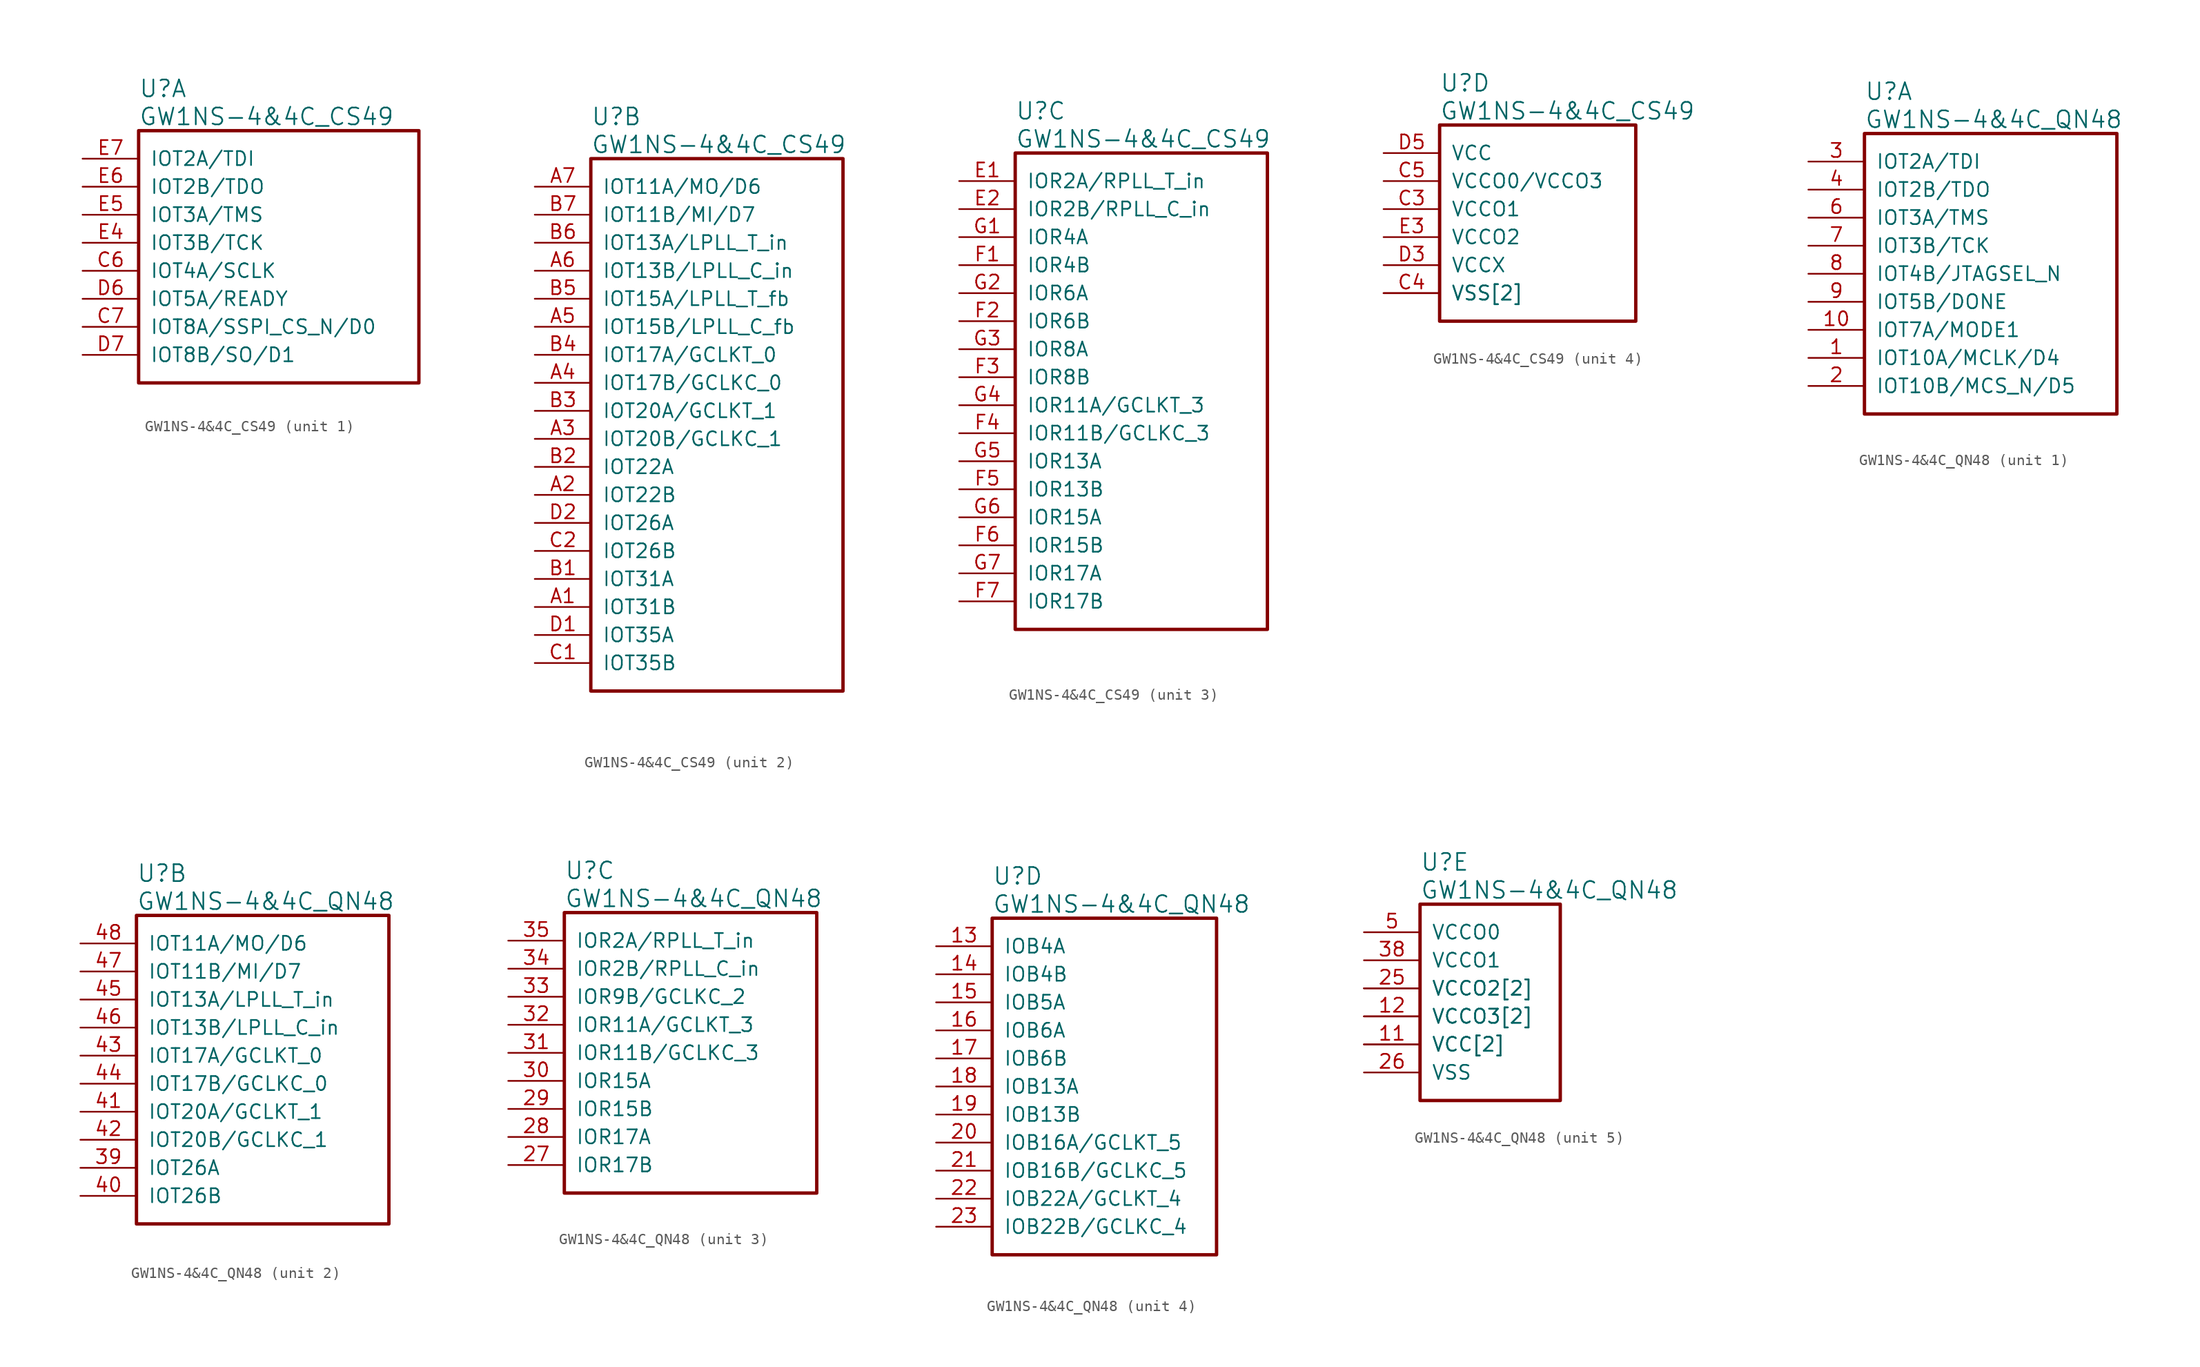
<source format=kicad_sym>
(kicad_symbol_lib
  (version 20220914)
  (generator kicad_symbol_editor)
  (symbol "GW1NS-4&4C_CS49"
    (pin_names
      (offset 1.016))
    (property "Reference" "U"
      (at 5.08 6.35 0)
      (effects (font (size 1.524 1.524)) (justify left)))
    (property "Value" "GW1NS-4&4C_CS49"
      (at 5.08 3.81 0)
      (effects (font (size 1.524 1.524)) (justify left)))
    (property "ki_locked" ""
      (at 0 0 0)
      (effects (font (size 1.27 1.27))))
    (symbol "GW1NS-4&4C_CS49_1_1"
      (rectangle (start 5.08 2.54) (end 30.48 -20.32) (stroke (width 0.305) (type solid)) (fill (type none)))
      (pin bidirectional line (at 0 -10.16 0) (length 5.08) (name "IOT4A/SCLK" (effects (font (size 1.27 1.27)))) (number "C6" (effects (font (size 1.27 1.27)))))
      (pin bidirectional line (at 0 -15.24 0) (length 5.08) (name "IOT8A/SSPI_CS_N/D0" (effects (font (size 1.27 1.27)))) (number "C7" (effects (font (size 1.27 1.27)))))
      (pin bidirectional line (at 0 -12.7 0) (length 5.08) (name "IOT5A/READY" (effects (font (size 1.27 1.27)))) (number "D6" (effects (font (size 1.27 1.27)))))
      (pin bidirectional line (at 0 -17.78 0) (length 5.08) (name "IOT8B/SO/D1" (effects (font (size 1.27 1.27)))) (number "D7" (effects (font (size 1.27 1.27)))))
      (pin bidirectional line (at 0 -7.62 0) (length 5.08) (name "IOT3B/TCK" (effects (font (size 1.27 1.27)))) (number "E4" (effects (font (size 1.27 1.27)))))
      (pin bidirectional line (at 0 -5.08 0) (length 5.08) (name "IOT3A/TMS" (effects (font (size 1.27 1.27)))) (number "E5" (effects (font (size 1.27 1.27)))))
      (pin bidirectional line (at 0 -2.54 0) (length 5.08) (name "IOT2B/TDO" (effects (font (size 1.27 1.27)))) (number "E6" (effects (font (size 1.27 1.27)))))
      (pin bidirectional line (at 0 0 0) (length 5.08) (name "IOT2A/TDI" (effects (font (size 1.27 1.27)))) (number "E7" (effects (font (size 1.27 1.27))))))
    (symbol "GW1NS-4&4C_CS49_2_1"
      (rectangle (start 5.08 2.54) (end 27.94 -45.72) (stroke (width 0.305) (type solid)) (fill (type none)))
      (pin bidirectional line (at 0 -38.1 0) (length 5.08) (name "IOT31B" (effects (font (size 1.27 1.27)))) (number "A1" (effects (font (size 1.27 1.27)))))
      (pin bidirectional line (at 0 -27.94 0) (length 5.08) (name "IOT22B" (effects (font (size 1.27 1.27)))) (number "A2" (effects (font (size 1.27 1.27)))))
      (pin bidirectional line (at 0 -22.86 0) (length 5.08) (name "IOT20B/GCLKC_1" (effects (font (size 1.27 1.27)))) (number "A3" (effects (font (size 1.27 1.27)))))
      (pin bidirectional line (at 0 -17.78 0) (length 5.08) (name "IOT17B/GCLKC_0" (effects (font (size 1.27 1.27)))) (number "A4" (effects (font (size 1.27 1.27)))))
      (pin bidirectional line (at 0 -12.7 0) (length 5.08) (name "IOT15B/LPLL_C_fb" (effects (font (size 1.27 1.27)))) (number "A5" (effects (font (size 1.27 1.27)))))
      (pin bidirectional line (at 0 -7.62 0) (length 5.08) (name "IOT13B/LPLL_C_in" (effects (font (size 1.27 1.27)))) (number "A6" (effects (font (size 1.27 1.27)))))
      (pin bidirectional line (at 0 0 0) (length 5.08) (name "IOT11A/MO/D6" (effects (font (size 1.27 1.27)))) (number "A7" (effects (font (size 1.27 1.27)))))
      (pin bidirectional line (at 0 -35.56 0) (length 5.08) (name "IOT31A" (effects (font (size 1.27 1.27)))) (number "B1" (effects (font (size 1.27 1.27)))))
      (pin bidirectional line (at 0 -25.4 0) (length 5.08) (name "IOT22A" (effects (font (size 1.27 1.27)))) (number "B2" (effects (font (size 1.27 1.27)))))
      (pin bidirectional line (at 0 -20.32 0) (length 5.08) (name "IOT20A/GCLKT_1" (effects (font (size 1.27 1.27)))) (number "B3" (effects (font (size 1.27 1.27)))))
      (pin bidirectional line (at 0 -15.24 0) (length 5.08) (name "IOT17A/GCLKT_0" (effects (font (size 1.27 1.27)))) (number "B4" (effects (font (size 1.27 1.27)))))
      (pin bidirectional line (at 0 -10.16 0) (length 5.08) (name "IOT15A/LPLL_T_fb" (effects (font (size 1.27 1.27)))) (number "B5" (effects (font (size 1.27 1.27)))))
      (pin bidirectional line (at 0 -5.08 0) (length 5.08) (name "IOT13A/LPLL_T_in" (effects (font (size 1.27 1.27)))) (number "B6" (effects (font (size 1.27 1.27)))))
      (pin bidirectional line (at 0 -2.54 0) (length 5.08) (name "IOT11B/MI/D7" (effects (font (size 1.27 1.27)))) (number "B7" (effects (font (size 1.27 1.27)))))
      (pin bidirectional line (at 0 -43.18 0) (length 5.08) (name "IOT35B" (effects (font (size 1.27 1.27)))) (number "C1" (effects (font (size 1.27 1.27)))))
      (pin bidirectional line (at 0 -33.02 0) (length 5.08) (name "IOT26B" (effects (font (size 1.27 1.27)))) (number "C2" (effects (font (size 1.27 1.27)))))
      (pin bidirectional line (at 0 -40.64 0) (length 5.08) (name "IOT35A" (effects (font (size 1.27 1.27)))) (number "D1" (effects (font (size 1.27 1.27)))))
      (pin bidirectional line (at 0 -30.48 0) (length 5.08) (name "IOT26A" (effects (font (size 1.27 1.27)))) (number "D2" (effects (font (size 1.27 1.27))))))
    (symbol "GW1NS-4&4C_CS49_3_1"
      (rectangle (start 5.08 2.54) (end 27.94 -40.64) (stroke (width 0.305) (type solid)) (fill (type none)))
      (pin bidirectional line (at 0 0 0) (length 5.08) (name "IOR2A/RPLL_T_in" (effects (font (size 1.27 1.27)))) (number "E1" (effects (font (size 1.27 1.27)))))
      (pin bidirectional line (at 0 -2.54 0) (length 5.08) (name "IOR2B/RPLL_C_in" (effects (font (size 1.27 1.27)))) (number "E2" (effects (font (size 1.27 1.27)))))
      (pin bidirectional line (at 0 -7.62 0) (length 5.08) (name "IOR4B" (effects (font (size 1.27 1.27)))) (number "F1" (effects (font (size 1.27 1.27)))))
      (pin bidirectional line (at 0 -12.7 0) (length 5.08) (name "IOR6B" (effects (font (size 1.27 1.27)))) (number "F2" (effects (font (size 1.27 1.27)))))
      (pin bidirectional line (at 0 -17.78 0) (length 5.08) (name "IOR8B" (effects (font (size 1.27 1.27)))) (number "F3" (effects (font (size 1.27 1.27)))))
      (pin bidirectional line (at 0 -22.86 0) (length 5.08) (name "IOR11B/GCLKC_3" (effects (font (size 1.27 1.27)))) (number "F4" (effects (font (size 1.27 1.27)))))
      (pin bidirectional line (at 0 -27.94 0) (length 5.08) (name "IOR13B" (effects (font (size 1.27 1.27)))) (number "F5" (effects (font (size 1.27 1.27)))))
      (pin bidirectional line (at 0 -33.02 0) (length 5.08) (name "IOR15B" (effects (font (size 1.27 1.27)))) (number "F6" (effects (font (size 1.27 1.27)))))
      (pin bidirectional line (at 0 -38.1 0) (length 5.08) (name "IOR17B" (effects (font (size 1.27 1.27)))) (number "F7" (effects (font (size 1.27 1.27)))))
      (pin bidirectional line (at 0 -5.08 0) (length 5.08) (name "IOR4A" (effects (font (size 1.27 1.27)))) (number "G1" (effects (font (size 1.27 1.27)))))
      (pin bidirectional line (at 0 -10.16 0) (length 5.08) (name "IOR6A" (effects (font (size 1.27 1.27)))) (number "G2" (effects (font (size 1.27 1.27)))))
      (pin bidirectional line (at 0 -15.24 0) (length 5.08) (name "IOR8A" (effects (font (size 1.27 1.27)))) (number "G3" (effects (font (size 1.27 1.27)))))
      (pin bidirectional line (at 0 -20.32 0) (length 5.08) (name "IOR11A/GCLKT_3" (effects (font (size 1.27 1.27)))) (number "G4" (effects (font (size 1.27 1.27)))))
      (pin bidirectional line (at 0 -25.4 0) (length 5.08) (name "IOR13A" (effects (font (size 1.27 1.27)))) (number "G5" (effects (font (size 1.27 1.27)))))
      (pin bidirectional line (at 0 -30.48 0) (length 5.08) (name "IOR15A" (effects (font (size 1.27 1.27)))) (number "G6" (effects (font (size 1.27 1.27)))))
      (pin bidirectional line (at 0 -35.56 0) (length 5.08) (name "IOR17A" (effects (font (size 1.27 1.27)))) (number "G7" (effects (font (size 1.27 1.27))))))
    (symbol "GW1NS-4&4C_CS49_4_1"
      (rectangle (start 5.08 2.54) (end 22.86 -15.24) (stroke (width 0.305) (type solid)) (fill (type none)))
      (pin power_in line (at 0 -5.08 0) (length 5.08) (name "VCCO1" (effects (font (size 1.27 1.27)))) (number "C3" (effects (font (size 1.27 1.27)))))
      (pin power_in line (at 0 -12.7 0) (length 5.08) (name "VSS[2]" (effects (font (size 1.27 1.27)))) (number "C4" (effects (font (size 1.27 1.27)))))
      (pin power_in line (at 0 -2.54 0) (length 5.08) (name "VCCO0/VCCO3" (effects (font (size 1.27 1.27)))) (number "C5" (effects (font (size 1.27 1.27)))))
      (pin power_in line (at 0 -10.16 0) (length 5.08) (name "VCCX" (effects (font (size 1.27 1.27)))) (number "D3" (effects (font (size 1.27 1.27)))))
      (pin power_in line (at 0 -12.7 0) (length 5.08) (name "VSS[2]" (effects (font (size 1.27 1.27)))) (number "D4" (effects (font (size 0 0)))))
      (pin power_in line (at 0 0 0) (length 5.08) (name "VCC" (effects (font (size 1.27 1.27)))) (number "D5" (effects (font (size 1.27 1.27)))))
      (pin power_in line (at 0 -7.62 0) (length 5.08) (name "VCCO2" (effects (font (size 1.27 1.27)))) (number "E3" (effects (font (size 1.27 1.27)))))))
  (symbol "GW1NS-4&4C_QN48"
    (pin_names
      (offset 1.016))
    (property "Reference" "U"
      (at 5.08 6.35 0)
      (effects (font (size 1.524 1.524)) (justify left)))
    (property "Value" "GW1NS-4&4C_QN48"
      (at 5.08 3.81 0)
      (effects (font (size 1.524 1.524)) (justify left)))
    (property "ki_locked" ""
      (at 0 0 0)
      (effects (font (size 1.27 1.27))))
    (symbol "GW1NS-4&4C_QN48_1_1"
      (rectangle (start 5.08 2.54) (end 27.94 -22.86) (stroke (width 0.305) (type solid)) (fill (type none)))
      (pin bidirectional line (at 0 -17.78 0) (length 5.08) (name "IOT10A/MCLK/D4" (effects (font (size 1.27 1.27)))) (number "1" (effects (font (size 1.27 1.27)))))
      (pin bidirectional line (at 0 -15.24 0) (length 5.08) (name "IOT7A/MODE1" (effects (font (size 1.27 1.27)))) (number "10" (effects (font (size 1.27 1.27)))))
      (pin bidirectional line (at 0 -20.32 0) (length 5.08) (name "IOT10B/MCS_N/D5" (effects (font (size 1.27 1.27)))) (number "2" (effects (font (size 1.27 1.27)))))
      (pin bidirectional line (at 0 0 0) (length 5.08) (name "IOT2A/TDI" (effects (font (size 1.27 1.27)))) (number "3" (effects (font (size 1.27 1.27)))))
      (pin bidirectional line (at 0 -2.54 0) (length 5.08) (name "IOT2B/TDO" (effects (font (size 1.27 1.27)))) (number "4" (effects (font (size 1.27 1.27)))))
      (pin bidirectional line (at 0 -5.08 0) (length 5.08) (name "IOT3A/TMS" (effects (font (size 1.27 1.27)))) (number "6" (effects (font (size 1.27 1.27)))))
      (pin bidirectional line (at 0 -7.62 0) (length 5.08) (name "IOT3B/TCK" (effects (font (size 1.27 1.27)))) (number "7" (effects (font (size 1.27 1.27)))))
      (pin bidirectional line (at 0 -10.16 0) (length 5.08) (name "IOT4B/JTAGSEL_N" (effects (font (size 1.27 1.27)))) (number "8" (effects (font (size 1.27 1.27)))))
      (pin bidirectional line (at 0 -12.7 0) (length 5.08) (name "IOT5B/DONE" (effects (font (size 1.27 1.27)))) (number "9" (effects (font (size 1.27 1.27))))))
    (symbol "GW1NS-4&4C_QN48_2_1"
      (rectangle (start 5.08 2.54) (end 27.94 -25.4) (stroke (width 0.305) (type solid)) (fill (type none)))
      (pin bidirectional line (at 0 -20.32 0) (length 5.08) (name "IOT26A" (effects (font (size 1.27 1.27)))) (number "39" (effects (font (size 1.27 1.27)))))
      (pin bidirectional line (at 0 -22.86 0) (length 5.08) (name "IOT26B" (effects (font (size 1.27 1.27)))) (number "40" (effects (font (size 1.27 1.27)))))
      (pin bidirectional line (at 0 -15.24 0) (length 5.08) (name "IOT20A/GCLKT_1" (effects (font (size 1.27 1.27)))) (number "41" (effects (font (size 1.27 1.27)))))
      (pin bidirectional line (at 0 -17.78 0) (length 5.08) (name "IOT20B/GCLKC_1" (effects (font (size 1.27 1.27)))) (number "42" (effects (font (size 1.27 1.27)))))
      (pin bidirectional line (at 0 -10.16 0) (length 5.08) (name "IOT17A/GCLKT_0" (effects (font (size 1.27 1.27)))) (number "43" (effects (font (size 1.27 1.27)))))
      (pin bidirectional line (at 0 -12.7 0) (length 5.08) (name "IOT17B/GCLKC_0" (effects (font (size 1.27 1.27)))) (number "44" (effects (font (size 1.27 1.27)))))
      (pin bidirectional line (at 0 -5.08 0) (length 5.08) (name "IOT13A/LPLL_T_in" (effects (font (size 1.27 1.27)))) (number "45" (effects (font (size 1.27 1.27)))))
      (pin bidirectional line (at 0 -7.62 0) (length 5.08) (name "IOT13B/LPLL_C_in" (effects (font (size 1.27 1.27)))) (number "46" (effects (font (size 1.27 1.27)))))
      (pin bidirectional line (at 0 -2.54 0) (length 5.08) (name "IOT11B/MI/D7" (effects (font (size 1.27 1.27)))) (number "47" (effects (font (size 1.27 1.27)))))
      (pin bidirectional line (at 0 0 0) (length 5.08) (name "IOT11A/MO/D6" (effects (font (size 1.27 1.27)))) (number "48" (effects (font (size 1.27 1.27))))))
    (symbol "GW1NS-4&4C_QN48_3_1"
      (rectangle (start 5.08 2.54) (end 27.94 -22.86) (stroke (width 0.305) (type solid)) (fill (type none)))
      (pin bidirectional line (at 0 -20.32 0) (length 5.08) (name "IOR17B" (effects (font (size 1.27 1.27)))) (number "27" (effects (font (size 1.27 1.27)))))
      (pin bidirectional line (at 0 -17.78 0) (length 5.08) (name "IOR17A" (effects (font (size 1.27 1.27)))) (number "28" (effects (font (size 1.27 1.27)))))
      (pin bidirectional line (at 0 -15.24 0) (length 5.08) (name "IOR15B" (effects (font (size 1.27 1.27)))) (number "29" (effects (font (size 1.27 1.27)))))
      (pin bidirectional line (at 0 -12.7 0) (length 5.08) (name "IOR15A" (effects (font (size 1.27 1.27)))) (number "30" (effects (font (size 1.27 1.27)))))
      (pin bidirectional line (at 0 -10.16 0) (length 5.08) (name "IOR11B/GCLKC_3" (effects (font (size 1.27 1.27)))) (number "31" (effects (font (size 1.27 1.27)))))
      (pin bidirectional line (at 0 -7.62 0) (length 5.08) (name "IOR11A/GCLKT_3" (effects (font (size 1.27 1.27)))) (number "32" (effects (font (size 1.27 1.27)))))
      (pin bidirectional line (at 0 -5.08 0) (length 5.08) (name "IOR9B/GCLKC_2" (effects (font (size 1.27 1.27)))) (number "33" (effects (font (size 1.27 1.27)))))
      (pin bidirectional line (at 0 -2.54 0) (length 5.08) (name "IOR2B/RPLL_C_in" (effects (font (size 1.27 1.27)))) (number "34" (effects (font (size 1.27 1.27)))))
      (pin bidirectional line (at 0 0 0) (length 5.08) (name "IOR2A/RPLL_T_in" (effects (font (size 1.27 1.27)))) (number "35" (effects (font (size 1.27 1.27))))))
    (symbol "GW1NS-4&4C_QN48_4_1"
      (rectangle (start 5.08 2.54) (end 25.4 -27.94) (stroke (width 0.305) (type solid)) (fill (type none)))
      (pin bidirectional line (at 0 0 0) (length 5.08) (name "IOB4A" (effects (font (size 1.27 1.27)))) (number "13" (effects (font (size 1.27 1.27)))))
      (pin bidirectional line (at 0 -2.54 0) (length 5.08) (name "IOB4B" (effects (font (size 1.27 1.27)))) (number "14" (effects (font (size 1.27 1.27)))))
      (pin bidirectional line (at 0 -5.08 0) (length 5.08) (name "IOB5A" (effects (font (size 1.27 1.27)))) (number "15" (effects (font (size 1.27 1.27)))))
      (pin bidirectional line (at 0 -7.62 0) (length 5.08) (name "IOB6A" (effects (font (size 1.27 1.27)))) (number "16" (effects (font (size 1.27 1.27)))))
      (pin bidirectional line (at 0 -10.16 0) (length 5.08) (name "IOB6B" (effects (font (size 1.27 1.27)))) (number "17" (effects (font (size 1.27 1.27)))))
      (pin bidirectional line (at 0 -12.7 0) (length 5.08) (name "IOB13A" (effects (font (size 1.27 1.27)))) (number "18" (effects (font (size 1.27 1.27)))))
      (pin bidirectional line (at 0 -15.24 0) (length 5.08) (name "IOB13B" (effects (font (size 1.27 1.27)))) (number "19" (effects (font (size 1.27 1.27)))))
      (pin bidirectional line (at 0 -17.78 0) (length 5.08) (name "IOB16A/GCLKT_5" (effects (font (size 1.27 1.27)))) (number "20" (effects (font (size 1.27 1.27)))))
      (pin bidirectional line (at 0 -20.32 0) (length 5.08) (name "IOB16B/GCLKC_5" (effects (font (size 1.27 1.27)))) (number "21" (effects (font (size 1.27 1.27)))))
      (pin bidirectional line (at 0 -22.86 0) (length 5.08) (name "IOB22A/GCLKT_4" (effects (font (size 1.27 1.27)))) (number "22" (effects (font (size 1.27 1.27)))))
      (pin bidirectional line (at 0 -25.4 0) (length 5.08) (name "IOB22B/GCLKC_4" (effects (font (size 1.27 1.27)))) (number "23" (effects (font (size 1.27 1.27))))))
    (symbol "GW1NS-4&4C_QN48_5_1"
      (rectangle (start 5.08 2.54) (end 17.78 -15.24) (stroke (width 0.305) (type solid)) (fill (type none)))
      (pin power_in line (at 0 -10.16 0) (length 5.08) (name "VCC[2]" (effects (font (size 1.27 1.27)))) (number "11" (effects (font (size 1.27 1.27)))))
      (pin power_in line (at 0 -7.62 0) (length 5.08) (name "VCCO3[2]" (effects (font (size 1.27 1.27)))) (number "12" (effects (font (size 1.27 1.27)))))
      (pin power_in line (at 0 -7.62 0) (length 5.08) (name "VCCO3[2]" (effects (font (size 1.27 1.27)))) (number "24" (effects (font (size 0 0)))))
      (pin power_in line (at 0 -5.08 0) (length 5.08) (name "VCCO2[2]" (effects (font (size 1.27 1.27)))) (number "25" (effects (font (size 1.27 1.27)))))
      (pin power_in line (at 0 -12.7 0) (length 5.08) (name "VSS" (effects (font (size 1.27 1.27)))) (number "26" (effects (font (size 1.27 1.27)))))
      (pin power_in line (at 0 -5.08 0) (length 5.08) (name "VCCO2[2]" (effects (font (size 1.27 1.27)))) (number "36" (effects (font (size 0 0)))))
      (pin power_in line (at 0 -10.16 0) (length 5.08) (name "VCC[2]" (effects (font (size 1.27 1.27)))) (number "37" (effects (font (size 0 0)))))
      (pin power_in line (at 0 -2.54 0) (length 5.08) (name "VCCO1" (effects (font (size 1.27 1.27)))) (number "38" (effects (font (size 1.27 1.27)))))
      (pin power_in line (at 0 0 0) (length 5.08) (name "VCCO0" (effects (font (size 1.27 1.27)))) (number "5" (effects (font (size 1.27 1.27))))))))
</source>
